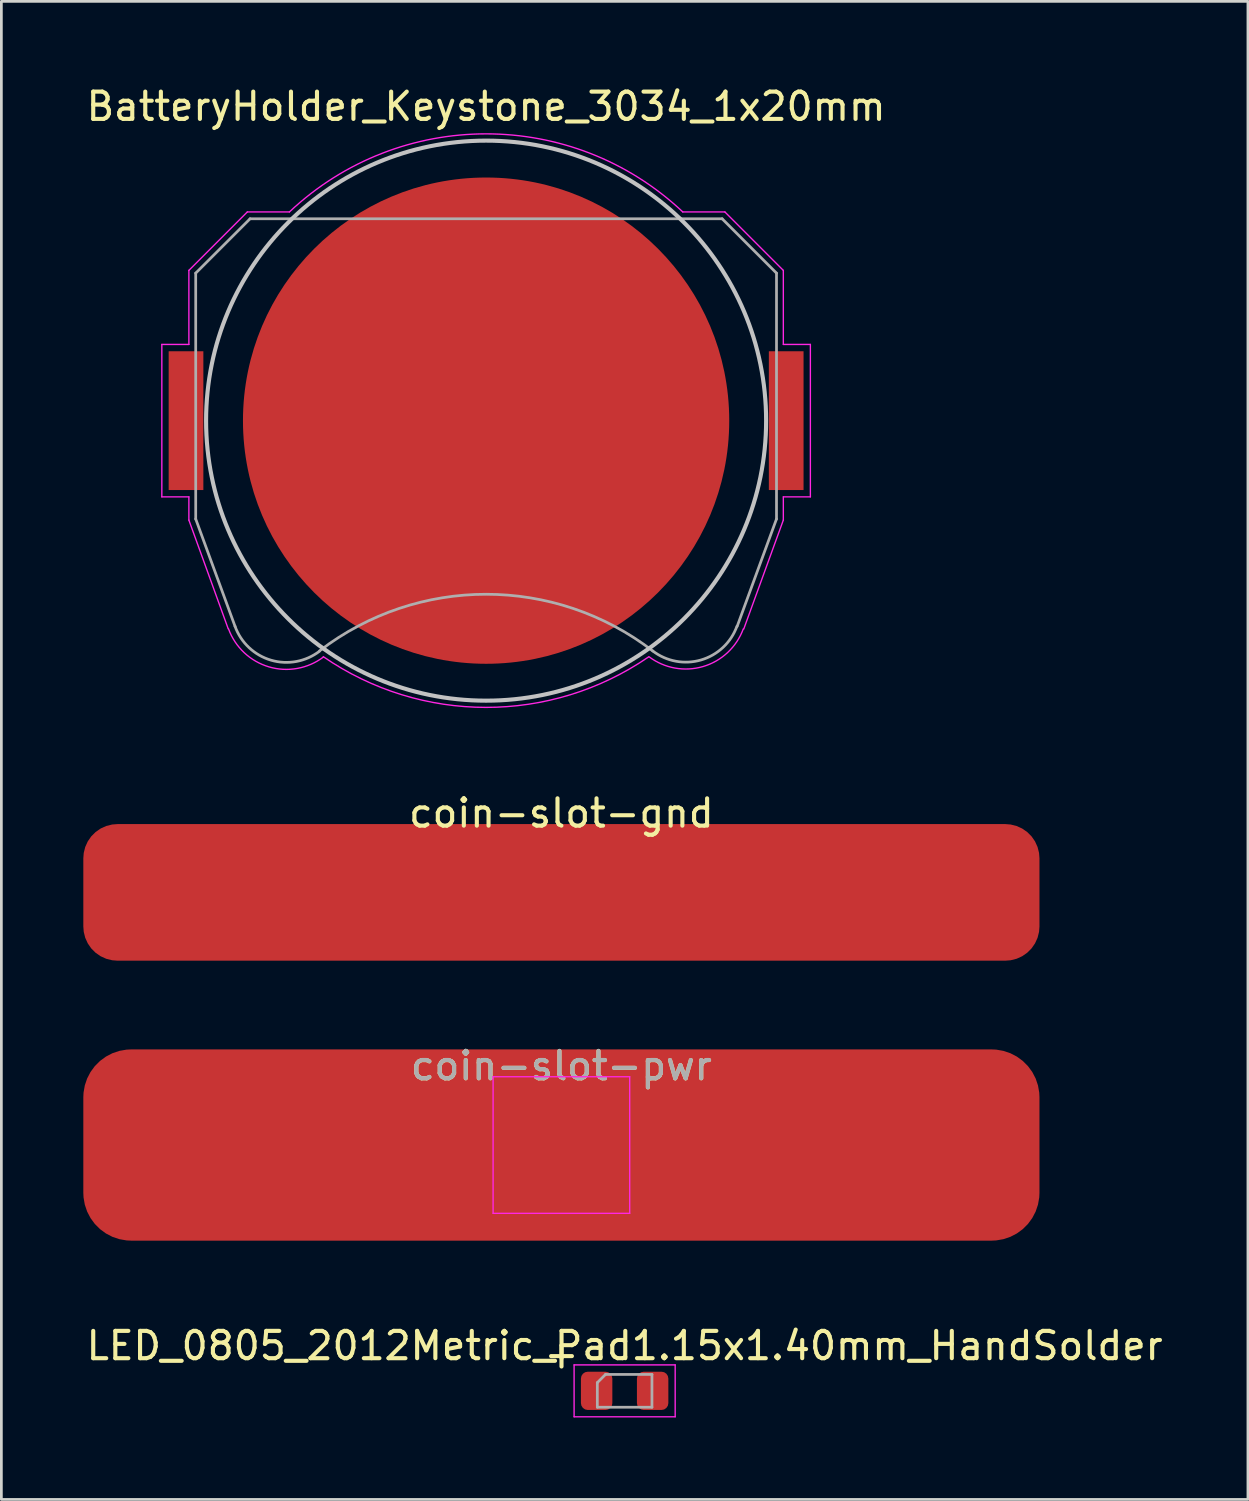
<source format=kicad_pcb>
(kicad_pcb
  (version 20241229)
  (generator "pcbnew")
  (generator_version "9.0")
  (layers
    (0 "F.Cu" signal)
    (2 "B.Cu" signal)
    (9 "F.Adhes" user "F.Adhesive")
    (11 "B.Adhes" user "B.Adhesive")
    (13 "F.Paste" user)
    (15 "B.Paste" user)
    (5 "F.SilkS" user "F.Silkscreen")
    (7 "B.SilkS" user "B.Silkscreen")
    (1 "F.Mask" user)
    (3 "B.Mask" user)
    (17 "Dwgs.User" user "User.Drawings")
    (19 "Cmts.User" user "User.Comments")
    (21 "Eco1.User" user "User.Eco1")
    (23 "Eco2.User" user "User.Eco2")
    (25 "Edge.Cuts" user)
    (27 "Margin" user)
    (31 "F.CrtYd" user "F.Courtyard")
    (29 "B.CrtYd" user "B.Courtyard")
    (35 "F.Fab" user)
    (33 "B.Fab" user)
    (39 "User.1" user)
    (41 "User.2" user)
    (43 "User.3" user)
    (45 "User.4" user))
  (footprint "coin-slot-pwr"
    (layer "F.Cu")
    (at 17.5 38.864)
    (property "Reference" "coin-slot-pwr" (at 0 -2.898 0) (layer "F.SilkS") (effects (font (size 1 1) (thickness 0.15))))
    (attr exclude_from_pos_files exclude_from_bom)
    (fp_line (start -2.5 -2.5) (end -2.5 2.5) (stroke (width 0.05) (type solid)) (layer "F.CrtYd"))
    (fp_line (start -2.5 -2.5) (end 2.5 -2.5) (stroke (width 0.05) (type solid)) (layer "F.CrtYd"))
    (fp_line (start 2.5 2.5) (end -2.5 2.5) (stroke (width 0.05) (type solid)) (layer "F.CrtYd"))
    (fp_line (start 2.5 2.5) (end 2.5 -2.5) (stroke (width 0.05) (type solid)) (layer "F.CrtYd"))
    (fp_text user "${REFERENCE}" (at 0 -2.9 0) (layer "F.Fab") (effects (font (size 1 1) (thickness 0.15))))
    (pad "1" smd roundrect (at 0 0) (size 35 7) (layers "F.Cu" "F.Mask") (roundrect_rratio 0.25)))
  (footprint "coin-slot-gnd"
    (layer "F.Cu")
    (at 17.5 29.616)
    (property "Reference" "coin-slot-gnd" (at 0 -2.898 0) (layer "F.SilkS") (effects (font (size 1 1) (thickness 0.15))))
    (attr exclude_from_pos_files exclude_from_bom)
    (pad "1" smd roundrect (at 0 0) (size 35 5) (layers "F.Cu" "F.Mask") (roundrect_rratio 0.25)))
  (footprint "LED_0805_2012Metric_Pad1.15x1.40mm_HandSolder"
    (layer "F.Cu")
    (at 19.815 47.862)
    (property "Reference" "LED_0805_2012Metric_Pad1.15x1.40mm_HandSolder" (at 0 -1.65 180) (layer "F.SilkS") (effects (font (size 1 1) (thickness 0.15))))
    (attr smd)
    (fp_line (start -1.85 -0.95) (end 1.85 -0.95) (stroke (width 0.05) (type solid)) (layer "F.CrtYd"))
    (fp_line (start -1.85 0.95) (end -1.85 -0.95) (stroke (width 0.05) (type solid)) (layer "F.CrtYd"))
    (fp_line (start 1.85 -0.95) (end 1.85 0.95) (stroke (width 0.05) (type solid)) (layer "F.CrtYd"))
    (fp_line (start 1.85 0.95) (end -1.85 0.95) (stroke (width 0.05) (type solid)) (layer "F.CrtYd"))
    (fp_line (start -1 -0.3) (end -1 0.6) (stroke (width 0.1) (type solid)) (layer "F.Fab"))
    (fp_line (start -1 0.6) (end 1 0.6) (stroke (width 0.1) (type solid)) (layer "F.Fab"))
    (fp_line (start -0.7 -0.6) (end -1 -0.3) (stroke (width 0.1) (type solid)) (layer "F.Fab"))
    (fp_line (start 1 -0.6) (end -0.7 -0.6) (stroke (width 0.1) (type solid)) (layer "F.Fab"))
    (fp_line (start 1 0.6) (end 1 -0.6) (stroke (width 0.1) (type solid)) (layer "F.Fab"))
    (fp_text user "+" (at -2.311 -1.346 0) (layer "F.SilkS") (effects (font (size 1 1) (thickness 0.15))))
    (pad "1" smd roundrect (at -1.025 0) (size 1.15 1.4) (layers "F.Cu" "F.Mask" "F.Paste") (roundrect_rratio 0.217))
    (pad "2" smd roundrect (at 1.025 0) (size 1.15 1.4) (layers "F.Cu" "F.Mask" "F.Paste") (roundrect_rratio 0.217)))
  (footprint "BatteryHolder_Keystone_3034_1x20mm"
    (layer "F.Cu")
    (at 14.744 12.348)
    (property "Reference" "BatteryHolder_Keystone_3034_1x20mm" (at 0 -11.5 0) (layer "F.SilkS") (effects (font (size 1 1) (thickness 0.15))))
    (attr smd)
    (fp_circle (center 0 0) (end 0 10.25) (stroke (width 0.15) (type solid)) (fill no) (layer "Dwgs.User"))
    (fp_line (start -11.87 -2.79) (end -11.87 2.79) (stroke (width 0.05) (type solid)) (layer "F.CrtYd"))
    (fp_line (start -11.87 2.79) (end -10.88 2.79) (stroke (width 0.05) (type solid)) (layer "F.CrtYd"))
    (fp_line (start -10.88 -5.5) (end -10.88 -2.79) (stroke (width 0.05) (type solid)) (layer "F.CrtYd"))
    (fp_line (start -10.88 -2.79) (end -11.87 -2.79) (stroke (width 0.05) (type solid)) (layer "F.CrtYd"))
    (fp_line (start -10.88 2.79) (end -10.88 3.64) (stroke (width 0.05) (type solid)) (layer "F.CrtYd"))
    (fp_line (start -10.88 3.64) (end -9.44 7.62) (stroke (width 0.05) (type solid)) (layer "F.CrtYd"))
    (fp_line (start -8.74 -7.64) (end -10.88 -5.5) (stroke (width 0.05) (type solid)) (layer "F.CrtYd"))
    (fp_line (start -7.2 -7.64) (end -8.74 -7.64) (stroke (width 0.05) (type solid)) (layer "F.CrtYd"))
    (fp_line (start 8.74 -7.64) (end 7.2 -7.64) (stroke (width 0.05) (type solid)) (layer "F.CrtYd"))
    (fp_line (start 9.43 7.63) (end 10.88 3.64) (stroke (width 0.05) (type solid)) (layer "F.CrtYd"))
    (fp_line (start 10.88 -5.5) (end 8.74 -7.64) (stroke (width 0.05) (type solid)) (layer "F.CrtYd"))
    (fp_line (start 10.88 -2.79) (end 10.88 -5.5) (stroke (width 0.05) (type solid)) (layer "F.CrtYd"))
    (fp_line (start 10.88 2.79) (end 11.87 2.79) (stroke (width 0.05) (type solid)) (layer "F.CrtYd"))
    (fp_line (start 10.88 3.64) (end 10.88 2.79) (stroke (width 0.05) (type solid)) (layer "F.CrtYd"))
    (fp_line (start 11.87 -2.79) (end 10.88 -2.79) (stroke (width 0.05) (type solid)) (layer "F.CrtYd"))
    (fp_line (start 11.87 2.79) (end 11.87 -2.79) (stroke (width 0.05) (type solid)) (layer "F.CrtYd"))
    (fp_arc (start -7.199546 -7.640427) (mid 0.000312 -10.498075) (end 7.2 -7.64) (stroke (width 0.05) (type solid)) (layer "F.CrtYd"))
    (fp_arc (start -5.956965 8.654604) (mid -7.953941 9.011629) (end -9.43 7.62) (stroke (width 0.05) (type solid)) (layer "F.CrtYd"))
    (fp_arc (start 5.945368 8.650075) (mid -0.008883 10.496243) (end -5.96 8.64) (stroke (width 0.05) (type solid)) (layer "F.CrtYd"))
    (fp_arc (start 9.415144 7.621341) (mid 7.944017 9.000493) (end 5.96 8.64) (stroke (width 0.05) (type solid)) (layer "F.CrtYd"))
    (fp_line (start -10.63 -5.4) (end -8.64 -7.39) (stroke (width 0.1) (type solid)) (layer "F.Fab"))
    (fp_line (start -10.63 3.6) (end -10.63 -5.4) (stroke (width 0.1) (type solid)) (layer "F.Fab"))
    (fp_line (start -9.19 7.53) (end -10.63 3.6) (stroke (width 0.1) (type solid)) (layer "F.Fab"))
    (fp_line (start -8.64 -7.39) (end 8.64 -7.39) (stroke (width 0.1) (type solid)) (layer "F.Fab"))
    (fp_line (start 8.64 -7.39) (end 10.63 -5.4) (stroke (width 0.1) (type solid)) (layer "F.Fab"))
    (fp_line (start 10.63 -5.4) (end 10.63 3.6) (stroke (width 0.1) (type solid)) (layer "F.Fab"))
    (fp_line (start 10.63 3.6) (end 9.19 7.53) (stroke (width 0.1) (type solid)) (layer "F.Fab"))
    (fp_arc (start -6.096146 8.438508) (mid -7.87328 8.768206) (end -9.19 7.53) (stroke (width 0.1) (type solid)) (layer "F.Fab"))
    (fp_arc (start -6.094852 8.426043) (mid 0.003247 6.355257) (end 6.1 8.43) (stroke (width 0.1) (type solid)) (layer "F.Fab"))
    (fp_arc (start 9.180727 7.528882) (mid 7.868698 8.760067) (end 6.1 8.43) (stroke (width 0.1) (type solid)) (layer "F.Fab"))
    (pad "1" smd rect (at -10.985 0) (size 1.27 5.08) (layers "F.Cu" "F.Mask" "F.Paste"))
    (pad "1" smd rect (at 10.985 0) (size 1.27 5.08) (layers "F.Cu" "F.Mask" "F.Paste"))
    (pad "2" smd circle (at 0 0) (size 17.8 17.8) (layers "F.Cu" "F.Mask")))
  (gr_rect
    (start -3 -3)
    (end 42.631 51.837)
    (stroke (width 0.1) (type default))
    (fill no)
    (layer "Edge.Cuts")))
</source>
